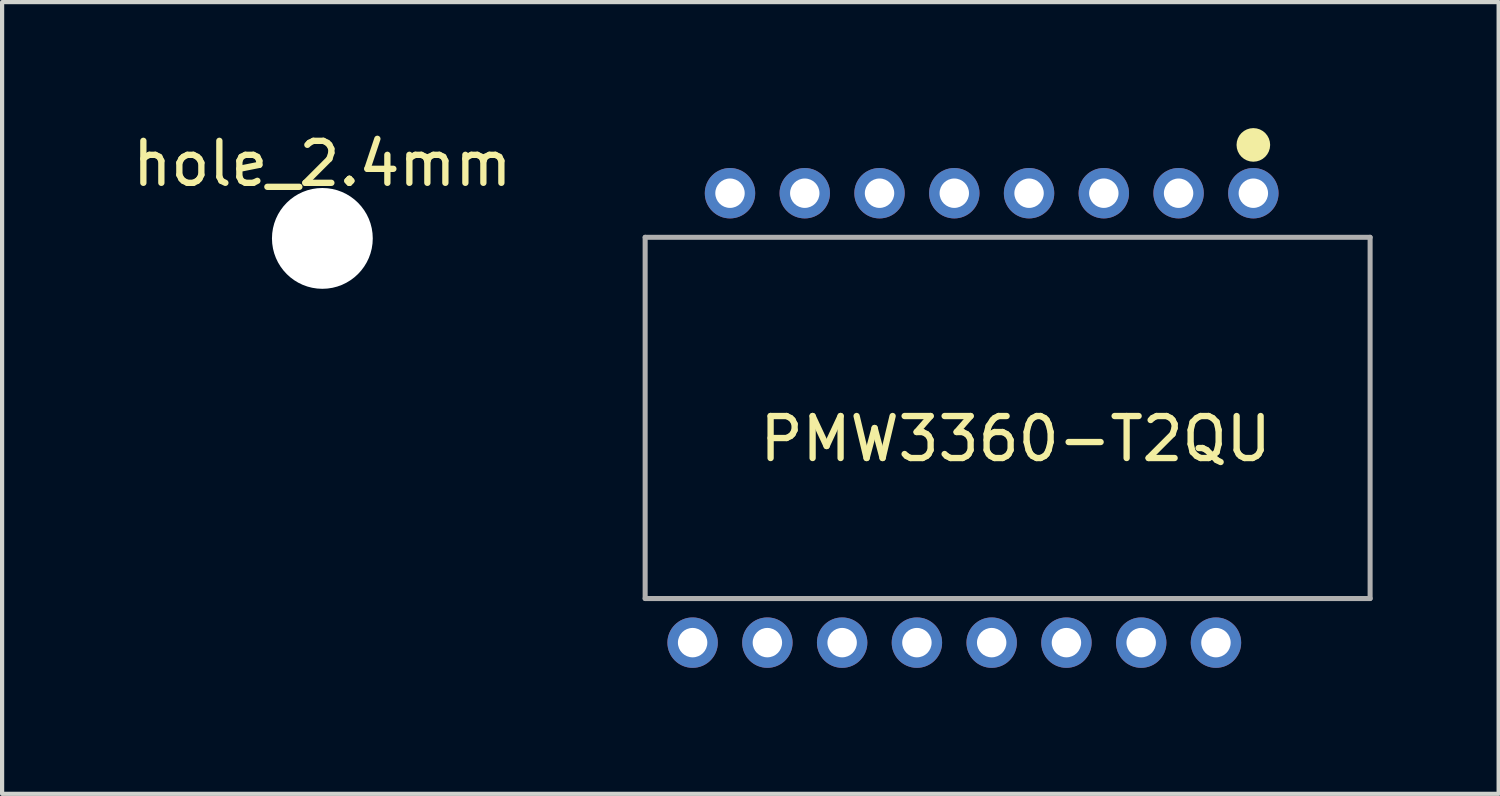
<source format=kicad_pcb>
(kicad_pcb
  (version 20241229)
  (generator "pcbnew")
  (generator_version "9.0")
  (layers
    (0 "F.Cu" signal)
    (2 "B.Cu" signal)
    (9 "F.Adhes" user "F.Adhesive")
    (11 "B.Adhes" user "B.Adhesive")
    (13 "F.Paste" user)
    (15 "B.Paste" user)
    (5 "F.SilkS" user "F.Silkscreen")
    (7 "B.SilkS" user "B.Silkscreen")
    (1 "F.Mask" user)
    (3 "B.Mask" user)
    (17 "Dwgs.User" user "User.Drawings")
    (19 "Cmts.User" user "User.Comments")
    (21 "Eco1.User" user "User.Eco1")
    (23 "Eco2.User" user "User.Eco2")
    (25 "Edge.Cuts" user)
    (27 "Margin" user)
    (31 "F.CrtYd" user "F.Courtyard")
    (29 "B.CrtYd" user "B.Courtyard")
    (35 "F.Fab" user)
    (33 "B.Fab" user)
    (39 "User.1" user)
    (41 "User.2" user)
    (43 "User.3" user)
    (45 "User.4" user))
  (footprint "PMW3360-T2QU"
    (layer "F.Cu")
    (at 21.13 6.9)
    (property "Reference" "PMW3360-T2QU" (at 0 0.5 0) (layer "F.SilkS") (effects (font (size 1 1) (thickness 0.15))))
    (attr through_hole)
    (fp_circle (center 5.66 -6.5) (end 5.86 -6.5) (stroke (width 0.4) (type solid)) (fill no) (layer "F.SilkS"))
    (fp_line (start -8.82 -4.3) (end 8.44 -4.3) (stroke (width 0.12) (type solid)) (layer "F.Fab"))
    (fp_line (start -8.82 4.3) (end -8.82 -4.3) (stroke (width 0.12) (type solid)) (layer "F.Fab"))
    (fp_line (start 8.44 -4.3) (end 8.44 4.3) (stroke (width 0.12) (type solid)) (layer "F.Fab"))
    (fp_line (start 8.44 4.3) (end -8.82 4.3) (stroke (width 0.12) (type solid)) (layer "F.Fab"))
    (pad "1" thru_hole circle (at 5.66 -5.35) (size 1.2 1.2) (drill 0.7) (layers "*.Cu" "*.Mask"))
    (pad "2" thru_hole circle (at 3.88 -5.35) (size 1.2 1.2) (drill 0.7) (layers "*.Cu" "*.Mask"))
    (pad "3" thru_hole circle (at 2.1 -5.35) (size 1.2 1.2) (drill 0.7) (layers "*.Cu" "*.Mask"))
    (pad "4" thru_hole circle (at 0.32 -5.35) (size 1.2 1.2) (drill 0.7) (layers "*.Cu" "*.Mask"))
    (pad "5" thru_hole circle (at -1.46 -5.35) (size 1.2 1.2) (drill 0.7) (layers "*.Cu" "*.Mask"))
    (pad "6" thru_hole circle (at -3.24 -5.35) (size 1.2 1.2) (drill 0.7) (layers "*.Cu" "*.Mask"))
    (pad "7" thru_hole circle (at -5.02 -5.35) (size 1.2 1.2) (drill 0.7) (layers "*.Cu" "*.Mask"))
    (pad "8" thru_hole circle (at -6.8 -5.35) (size 1.2 1.2) (drill 0.7) (layers "*.Cu" "*.Mask"))
    (pad "9" thru_hole circle (at -7.69 5.35) (size 1.2 1.2) (drill 0.7) (layers "*.Cu" "*.Mask"))
    (pad "10" thru_hole circle (at -5.91 5.35) (size 1.2 1.2) (drill 0.7) (layers "*.Cu" "*.Mask"))
    (pad "11" thru_hole circle (at -4.13 5.35) (size 1.2 1.2) (drill 0.7) (layers "*.Cu" "*.Mask"))
    (pad "12" thru_hole circle (at -2.35 5.35) (size 1.2 1.2) (drill 0.7) (layers "*.Cu" "*.Mask"))
    (pad "13" thru_hole circle (at -0.57 5.35) (size 1.2 1.2) (drill 0.7) (layers "*.Cu" "*.Mask"))
    (pad "14" thru_hole circle (at 1.21 5.35) (size 1.2 1.2) (drill 0.7) (layers "*.Cu" "*.Mask"))
    (pad "15" thru_hole circle (at 2.99 5.35) (size 1.2 1.2) (drill 0.7) (layers "*.Cu" "*.Mask"))
    (pad "16" thru_hole circle (at 4.77 5.35) (size 1.2 1.2) (drill 0.7) (layers "*.Cu" "*.Mask")))
  (footprint "hole_2.4mm"
    (layer "F.Cu")
    (at 4.625 2.626)
    (property "Reference" "hole_2.4mm" (at 0 -1.778 0) (layer "F.SilkS") (effects (font (size 1 1) (thickness 0.15))))
    (attr through_hole)
    (pad "" np_thru_hole circle (at 0 0) (size 2.4 2.4) (drill 2.4) (layers "*.Cu" "*.Mask")))
  (gr_rect
    (start -3 -3)
    (end 32.63 15.85)
    (stroke (width 0.1) (type default))
    (fill no)
    (layer "Edge.Cuts")))
</source>
